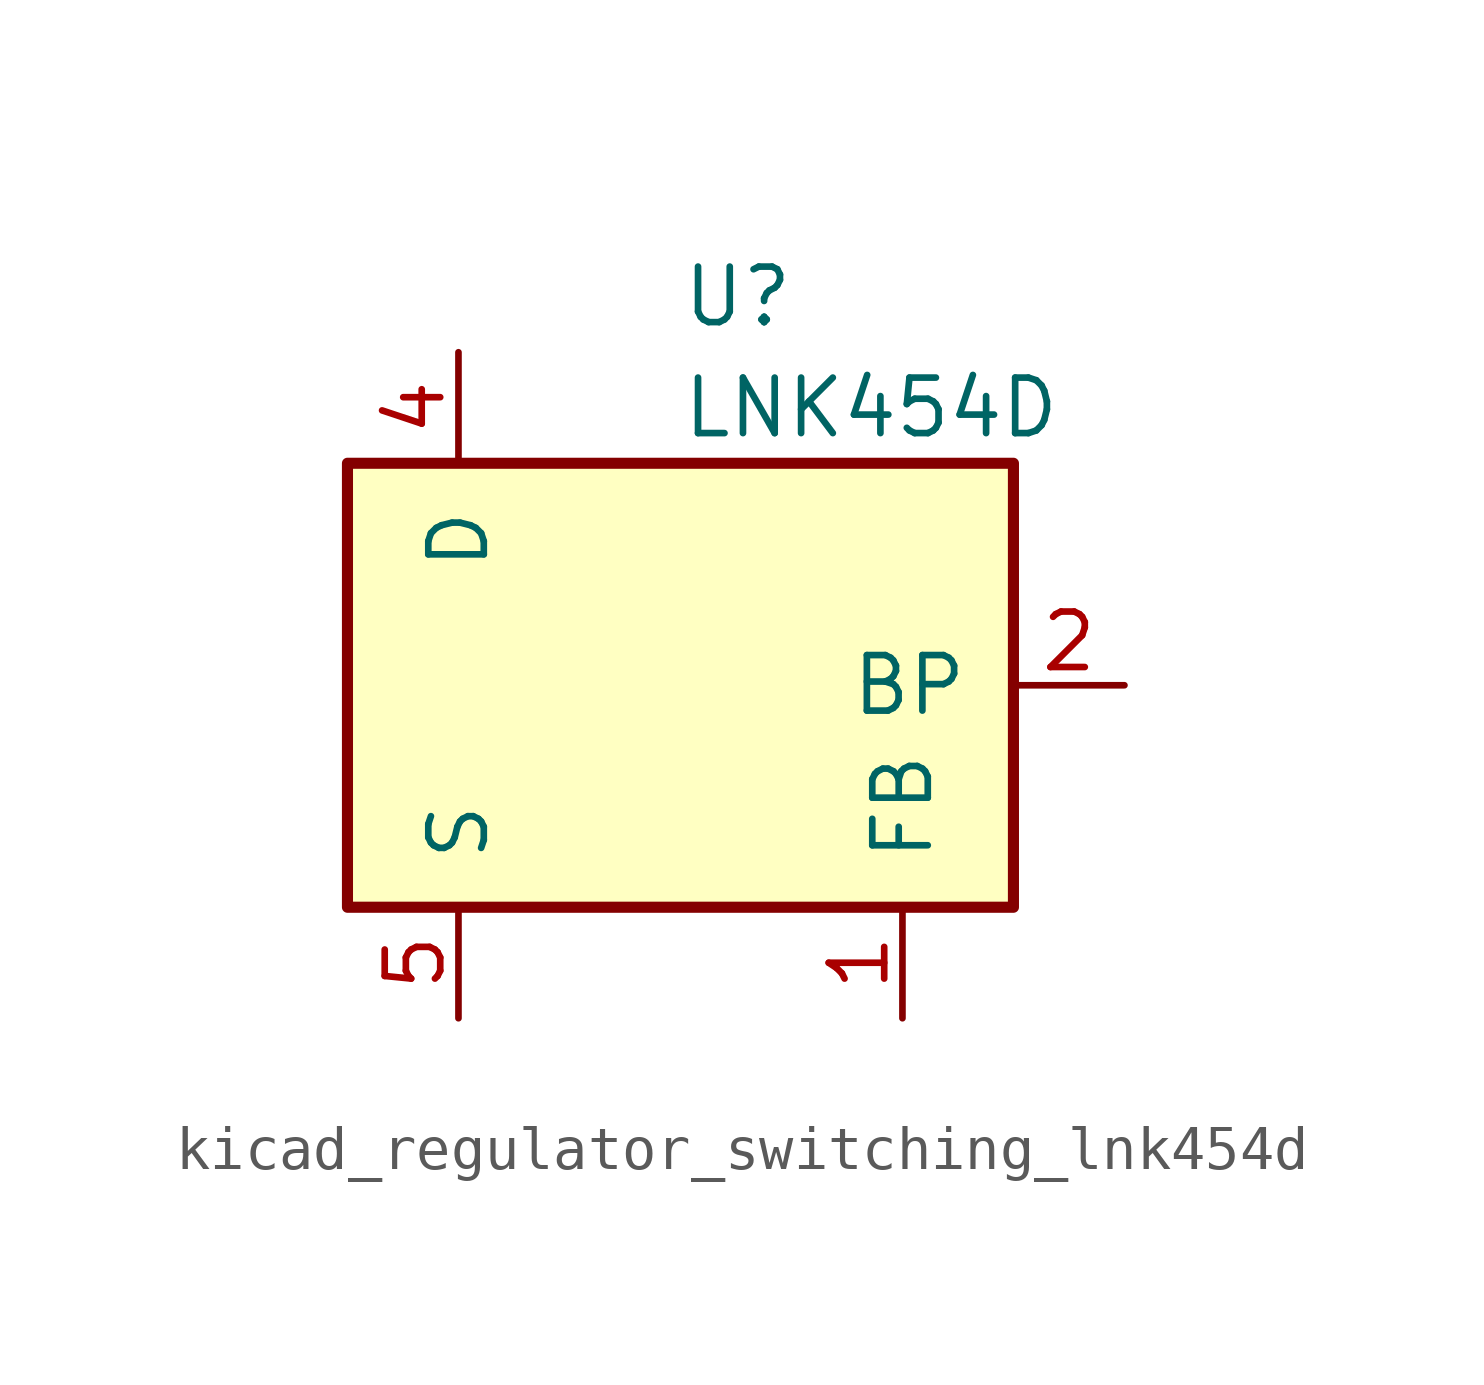
<source format=kicad_sym>
(kicad_symbol_lib
  (version 20220914)
  (generator kicad_symbol_editor)
  (symbol "kicad_regulator_switching_lnk454d"
    (pin_names
      (offset 1.016))
    (property "Reference" "U"
      (at 0 8.89 0)
      (effects (font (size 1.27 1.27)) (justify left)))
    (property "Value" "LNK454D"
      (at 0 6.35 0)
      (effects (font (size 1.27 1.27)) (justify left)))
    (symbol "kicad_regulator_switching_lnk454d_0_1"
      (rectangle (start -7.62 5.08) (end 7.62 -5.08) (stroke (width 0.254) (type default)) (fill (type background))))
    (symbol "kicad_regulator_switching_lnk454d_1_1"
      (pin input line (at 5.08 -7.62 90) (length 2.54) (name "FB" (effects (font (size 1.27 1.27)))) (number "1" (effects (font (size 1.27 1.27)))))
      (pin input line (at 10.16 0 180) (length 2.54) (name "BP" (effects (font (size 1.27 1.27)))) (number "2" (effects (font (size 1.27 1.27)))))
      (pin open_collector line (at -5.08 7.62 270) (length 2.54) (name "D" (effects (font (size 1.27 1.27)))) (number "4" (effects (font (size 1.27 1.27)))))
      (pin power_in line (at -5.08 -7.62 90) (length 2.54) (name "S" (effects (font (size 1.27 1.27)))) (number "5" (effects (font (size 1.27 1.27)))))
      (pin passive line (at -5.08 -7.62 90) (length 2.54) hide (name "S" (effects (font (size 1.27 1.27)))) (number "6" (effects (font (size 1.27 1.27)))))
      (pin passive line (at -5.08 -7.62 90) (length 2.54) hide (name "S" (effects (font (size 1.27 1.27)))) (number "7" (effects (font (size 1.27 1.27)))))
      (pin passive line (at -5.08 -7.62 90) (length 2.54) hide (name "S" (effects (font (size 1.27 1.27)))) (number "8" (effects (font (size 1.27 1.27))))))))
</source>
